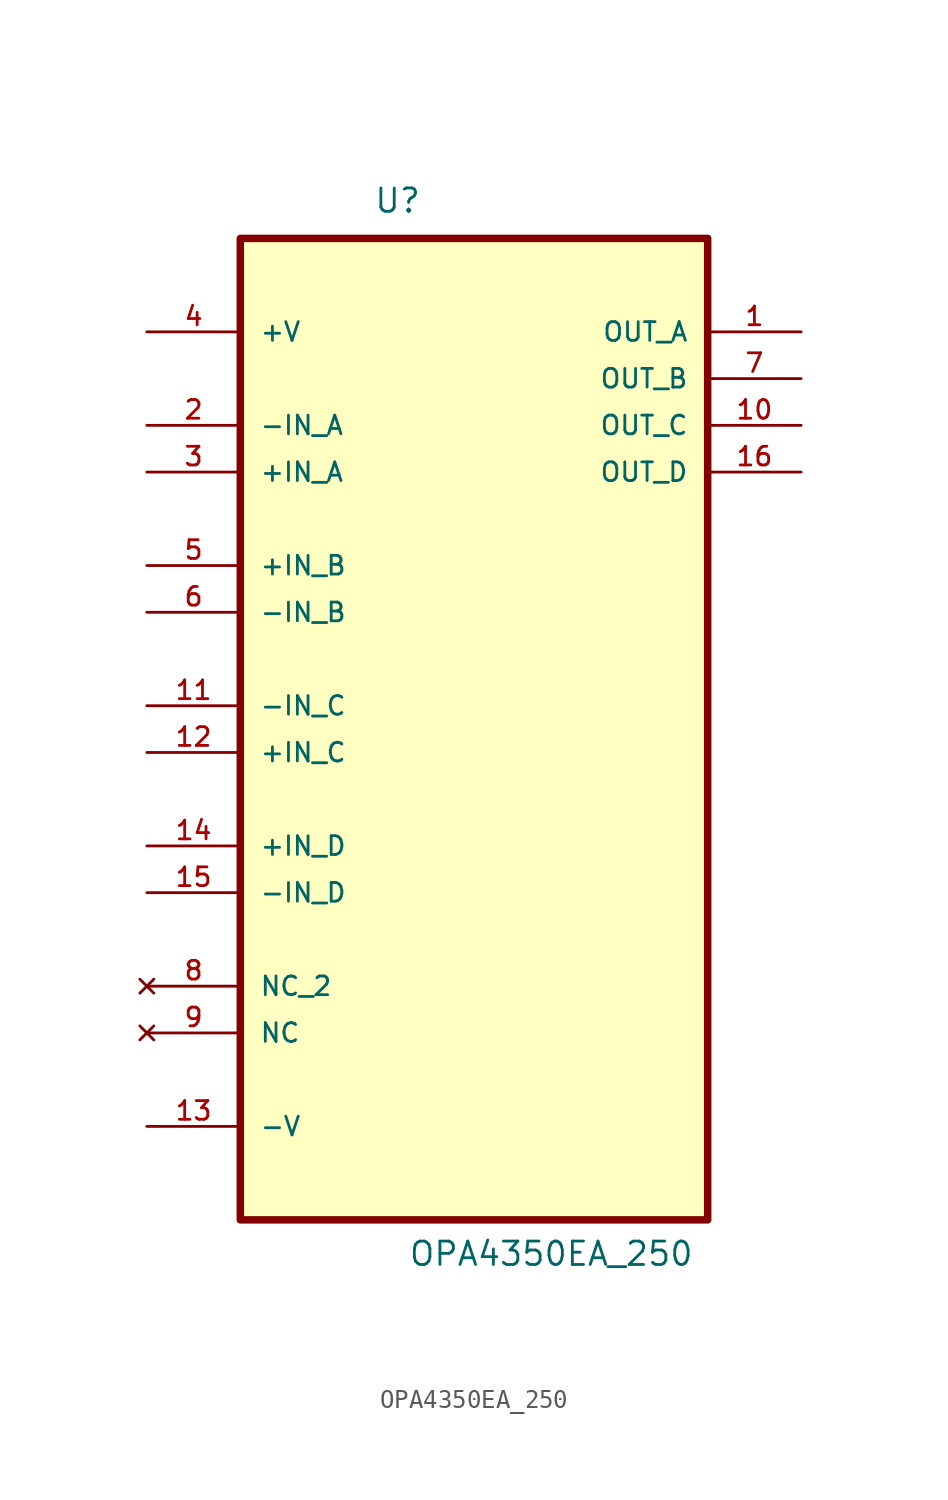
<source format=kicad_sym>
(kicad_symbol_lib
  (version 20211014)
  (generator kicad_symbol_editor)
  (symbol "OPA4350EA_250"
    (pin_names
      (offset 1.016))
    (property "Reference" "U"
      (at -5.464 24.168 0.0)
      (effects (font (size 1.27 1.27)) (justify bottom left)))
    (property "Value" "OPA4350EA_250"
      (at -3.584 -33.067 0.0)
      (effects (font (size 1.27 1.27)) (justify bottom left)))
    (symbol "OPA4350EA_250_0_0"
      (rectangle (start -12.7 -30.48) (end 12.7 22.86) (stroke (width 0.406)) (fill (type background)))
      (pin power_in line (at -17.78 17.78 0) (length 5.08) (name "+V" (effects (font (size 1.016 1.016)))) (number "4" (effects (font (size 1.016 1.016)))))
      (pin input line (at -17.78 12.7 0) (length 5.08) (name "-IN_A" (effects (font (size 1.016 1.016)))) (number "2" (effects (font (size 1.016 1.016)))))
      (pin input line (at -17.78 10.16 0) (length 5.08) (name "+IN_A" (effects (font (size 1.016 1.016)))) (number "3" (effects (font (size 1.016 1.016)))))
      (pin input line (at -17.78 5.08 0) (length 5.08) (name "+IN_B" (effects (font (size 1.016 1.016)))) (number "5" (effects (font (size 1.016 1.016)))))
      (pin input line (at -17.78 2.54 0) (length 5.08) (name "-IN_B" (effects (font (size 1.016 1.016)))) (number "6" (effects (font (size 1.016 1.016)))))
      (pin input line (at -17.78 -2.54 0) (length 5.08) (name "-IN_C" (effects (font (size 1.016 1.016)))) (number "11" (effects (font (size 1.016 1.016)))))
      (pin input line (at -17.78 -5.08 0) (length 5.08) (name "+IN_C" (effects (font (size 1.016 1.016)))) (number "12" (effects (font (size 1.016 1.016)))))
      (pin input line (at -17.78 -10.16 0) (length 5.08) (name "+IN_D" (effects (font (size 1.016 1.016)))) (number "14" (effects (font (size 1.016 1.016)))))
      (pin input line (at -17.78 -12.7 0) (length 5.08) (name "-IN_D" (effects (font (size 1.016 1.016)))) (number "15" (effects (font (size 1.016 1.016)))))
      (pin no_connect line (at -17.78 -17.78 0) (length 5.08) (name "NC_2" (effects (font (size 1.016 1.016)))) (number "8" (effects (font (size 1.016 1.016)))))
      (pin no_connect line (at -17.78 -20.32 0) (length 5.08) (name "NC" (effects (font (size 1.016 1.016)))) (number "9" (effects (font (size 1.016 1.016)))))
      (pin power_in line (at -17.78 -25.4 0) (length 5.08) (name "-V" (effects (font (size 1.016 1.016)))) (number "13" (effects (font (size 1.016 1.016)))))
      (pin output line (at 17.78 17.78 180.0) (length 5.08) (name "OUT_A" (effects (font (size 1.016 1.016)))) (number "1" (effects (font (size 1.016 1.016)))))
      (pin output line (at 17.78 15.24 180.0) (length 5.08) (name "OUT_B" (effects (font (size 1.016 1.016)))) (number "7" (effects (font (size 1.016 1.016)))))
      (pin output line (at 17.78 12.7 180.0) (length 5.08) (name "OUT_C" (effects (font (size 1.016 1.016)))) (number "10" (effects (font (size 1.016 1.016)))))
      (pin output line (at 17.78 10.16 180.0) (length 5.08) (name "OUT_D" (effects (font (size 1.016 1.016)))) (number "16" (effects (font (size 1.016 1.016))))))))
</source>
